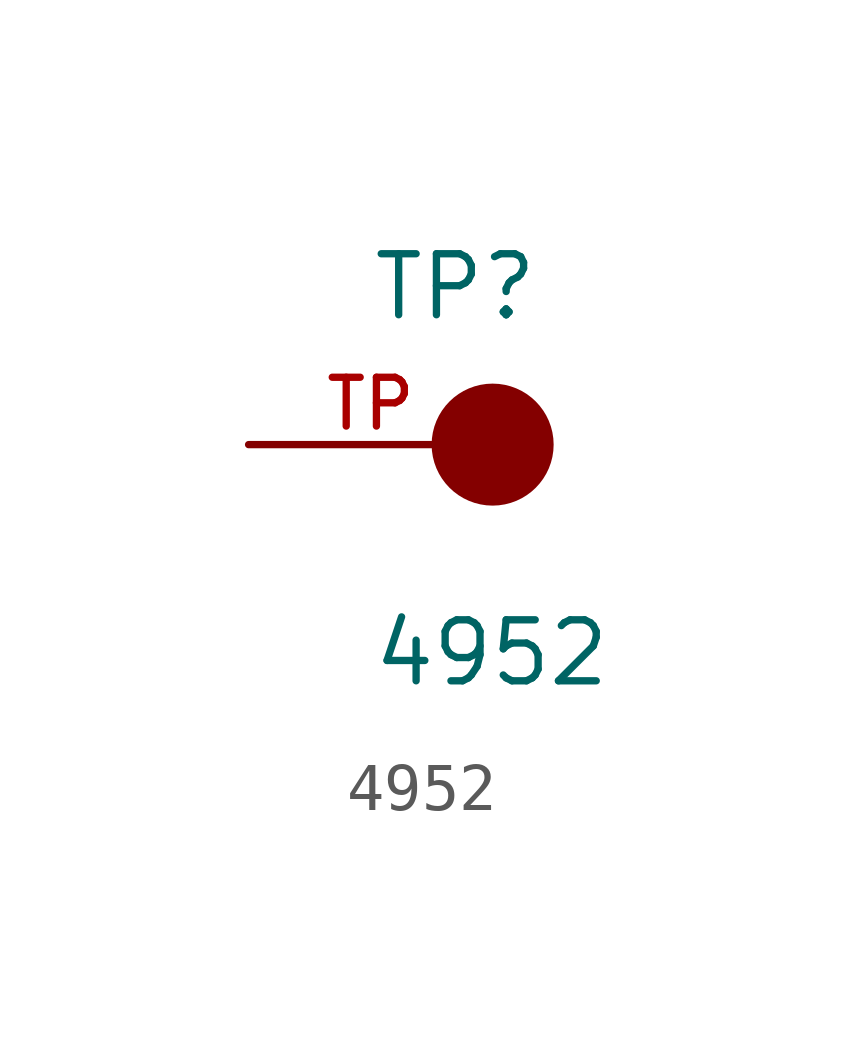
<source format=kicad_sym>
(kicad_symbol_lib
  (version 20211014)
  (generator kicad_symbol_editor)
  (symbol "4952"
    (pin_names
      (offset 1.016))
    (property "Reference" "TP"
      (at -2.54 2.54 0)
      (effects (font (size 1.27 1.27)) (justify bottom left)))
    (property "Value" "4952"
      (at -2.54 -5.08 0)
      (effects (font (size 1.27 1.27)) (justify bottom left)))
    (symbol "4952_0_0"
      (circle (center 0.0 0.0) (radius 0.635) (stroke (width 1.27)) (fill (type none)))
      (pin passive line (at -5.08 0.0 0) (length 5.08) (name "~" (effects (font (size 1.016 1.016)))) (number "TP" (effects (font (size 1.016 1.016))))))))
</source>
